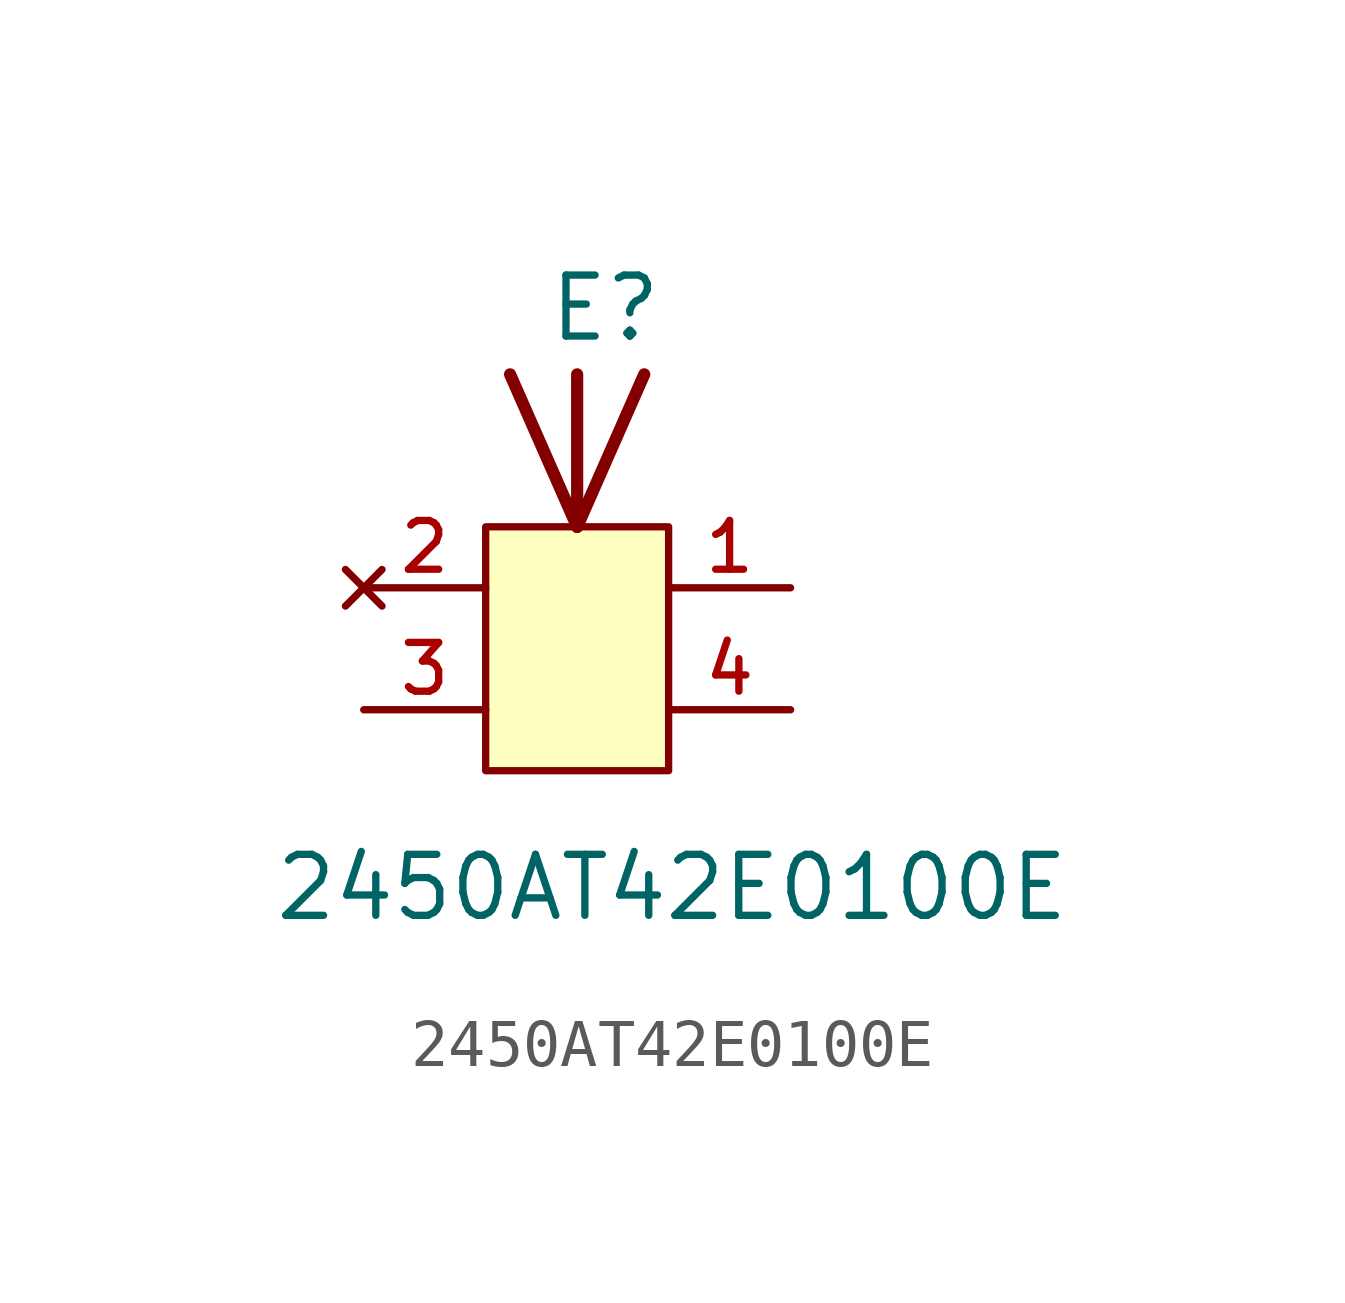
<source format=kicad_sym>
(kicad_symbol_lib
  (version 20211014)
  (generator kicad_symbol_editor)
  (symbol "2450AT42E0100E"
    (pin_names
      (offset 1.016) hide)
    (property "Reference" "E"
      (at -0.635 5.715 0)
      (effects (font (size 1.27 1.27)) (justify left bottom)))
    (property "Value" "2450AT42E0100E"
      (at -6.35 -6.35 0)
      (effects (font (size 1.27 1.27)) (justify left bottom)))
    (symbol "2450AT42E0100E_0_0"
      (polyline (pts (xy 0 1.905) (xy -1.397 5.08)) (stroke (width 0.254) (type default) (color 0 0 0 0)) (fill (type none)))
      (polyline (pts (xy 0 5.08) (xy 0 1.905)) (stroke (width 0.254) (type default) (color 0 0 0 0)) (fill (type none)))
      (polyline (pts (xy 1.397 5.08) (xy 0 1.905)) (stroke (width 0.254) (type default) (color 0 0 0 0)) (fill (type none)))
      (pin passive line (at 4.445 0.635 180) (length 2.54) (name "~" (effects (font (size 1.016 1.016)))) (number "1" (effects (font (size 1.016 1.016)))))
      (pin no_connect line (at -4.445 0.635 0) (length 2.54) (name "~" (effects (font (size 1.016 1.016)))) (number "2" (effects (font (size 1.016 1.016)))))
      (pin power_in line (at -4.445 -1.905 0) (length 2.54) (name "~" (effects (font (size 1.016 1.016)))) (number "3" (effects (font (size 1.016 1.016)))))
      (pin power_in line (at 4.445 -1.905 180) (length 2.54) (name "~" (effects (font (size 1.016 1.016)))) (number "4" (effects (font (size 1.016 1.016))))))
    (symbol "2450AT42E0100E_0_1"
      (rectangle (start -1.905 1.905) (end 1.905 -3.175) (stroke (width 0.152) (type default) (color 0 0 0 0)) (fill (type background))))))
</source>
